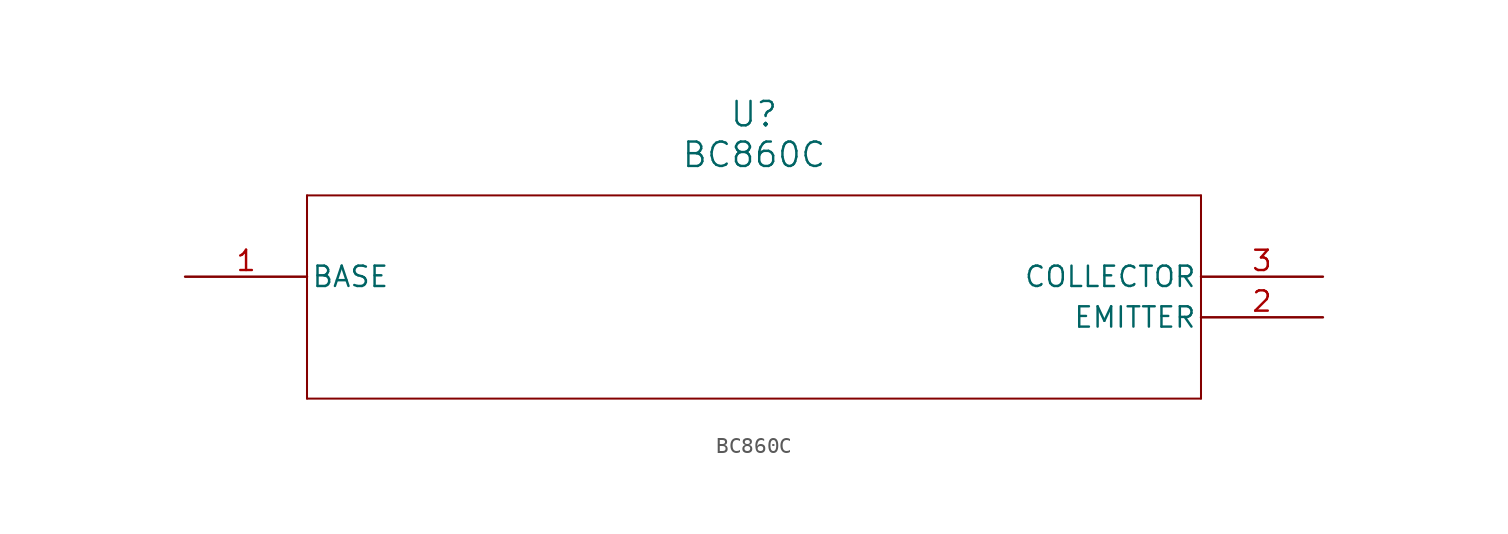
<source format=kicad_sym>
(kicad_symbol_lib
  (version 20211014)
  (generator kicad_symbol_editor)
  (symbol "BC860C"
    (pin_names
      (offset 0.254))
    (property "Reference" "U"
      (at 35.56 10.16 0)
      (effects (font (size 1.524 1.524))))
    (property "Value" "BC860C"
      (at 35.56 7.62 0)
      (effects (font (size 1.524 1.524))))
    (symbol "BC860C_0_1"
      (polyline (pts (xy 7.62 5.08) (xy 7.62 -7.62)) (stroke (width 0.127) (type default) (color 0 0 0 0)) (fill (type none)))
      (polyline (pts (xy 7.62 -7.62) (xy 63.5 -7.62)) (stroke (width 0.127) (type default) (color 0 0 0 0)) (fill (type none)))
      (polyline (pts (xy 63.5 -7.62) (xy 63.5 5.08)) (stroke (width 0.127) (type default) (color 0 0 0 0)) (fill (type none)))
      (polyline (pts (xy 63.5 5.08) (xy 7.62 5.08)) (stroke (width 0.127) (type default) (color 0 0 0 0)) (fill (type none)))
      (pin unspecified line (at 0 0 0) (length 7.62) (name "BASE" (effects (font (size 1.27 1.27)))) (number "1" (effects (font (size 1.27 1.27)))))
      (pin unspecified line (at 71.12 -2.54 180) (length 7.62) (name "EMITTER" (effects (font (size 1.27 1.27)))) (number "2" (effects (font (size 1.27 1.27)))))
      (pin unspecified line (at 71.12 0 180) (length 7.62) (name "COLLECTOR" (effects (font (size 1.27 1.27)))) (number "3" (effects (font (size 1.27 1.27))))))))
</source>
